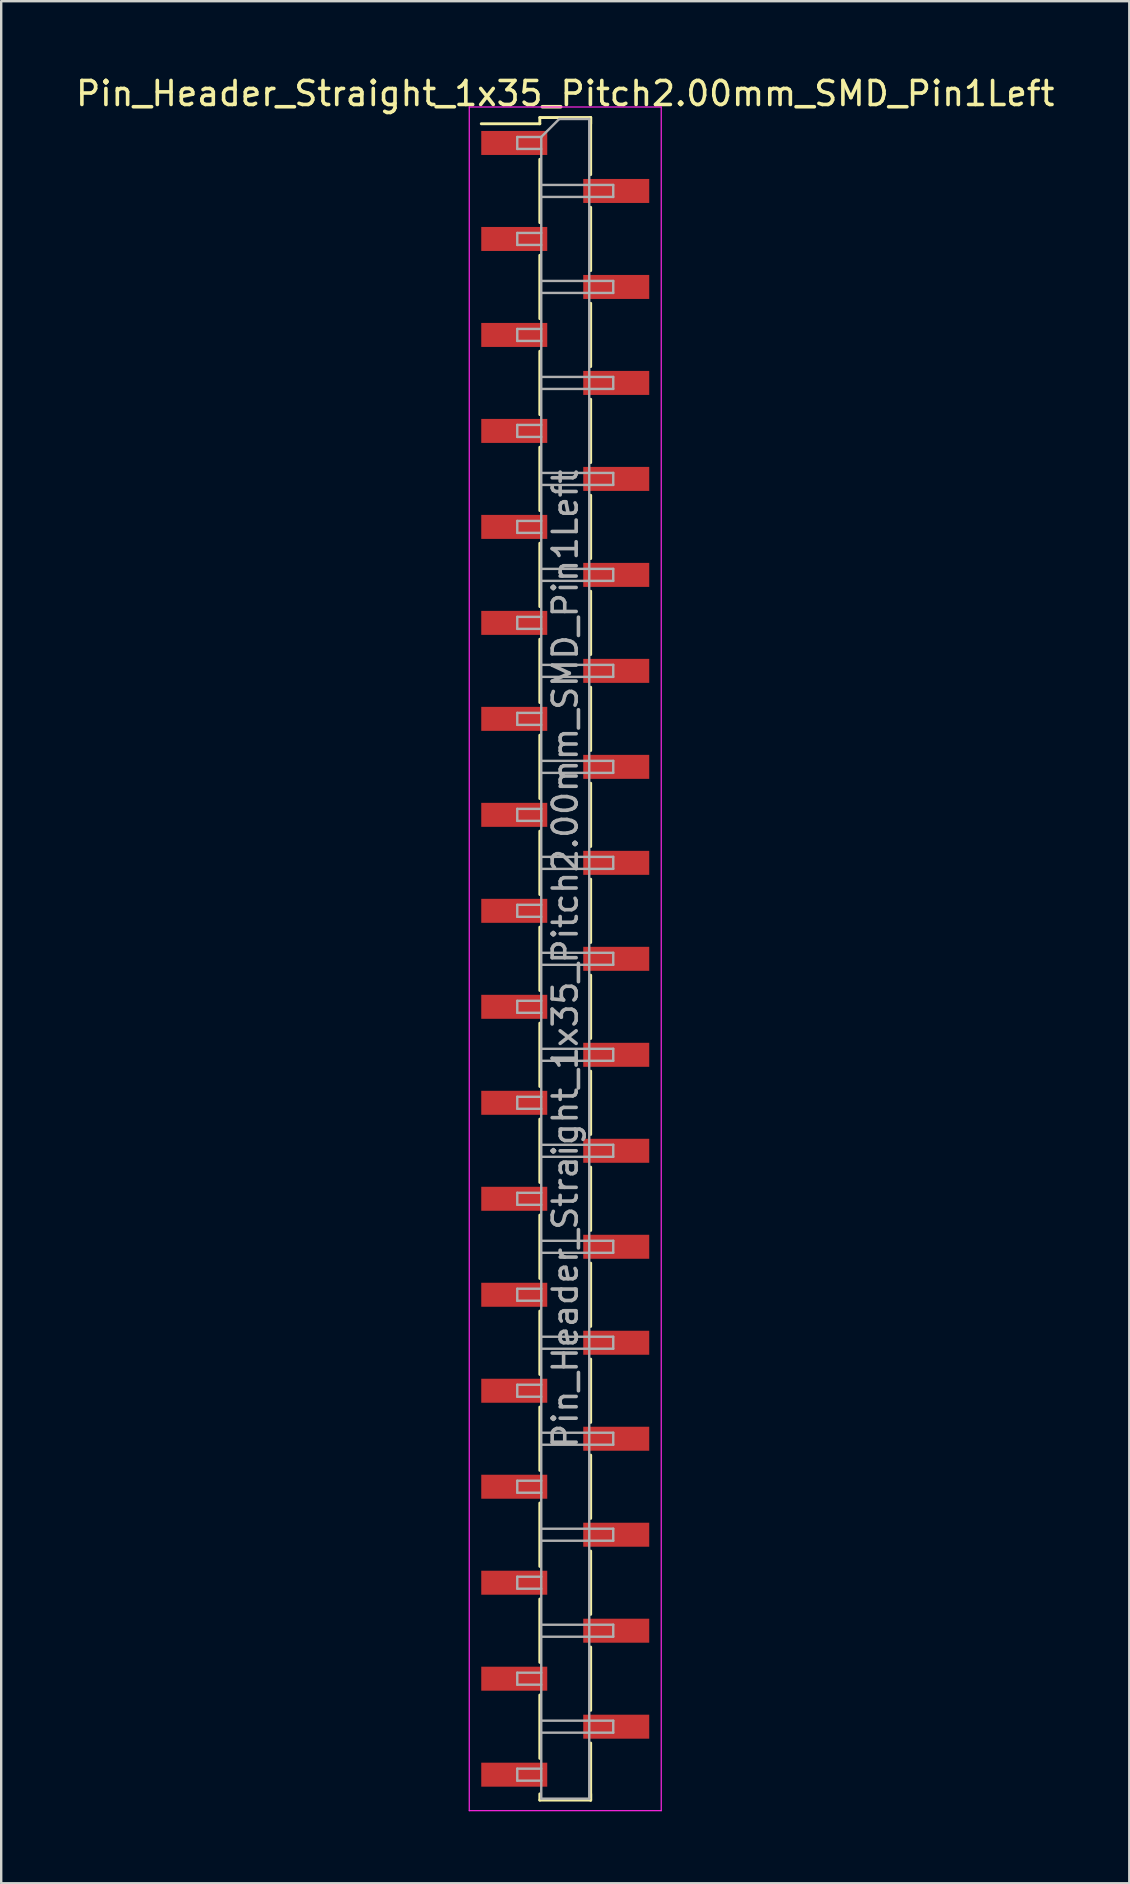
<source format=kicad_pcb>
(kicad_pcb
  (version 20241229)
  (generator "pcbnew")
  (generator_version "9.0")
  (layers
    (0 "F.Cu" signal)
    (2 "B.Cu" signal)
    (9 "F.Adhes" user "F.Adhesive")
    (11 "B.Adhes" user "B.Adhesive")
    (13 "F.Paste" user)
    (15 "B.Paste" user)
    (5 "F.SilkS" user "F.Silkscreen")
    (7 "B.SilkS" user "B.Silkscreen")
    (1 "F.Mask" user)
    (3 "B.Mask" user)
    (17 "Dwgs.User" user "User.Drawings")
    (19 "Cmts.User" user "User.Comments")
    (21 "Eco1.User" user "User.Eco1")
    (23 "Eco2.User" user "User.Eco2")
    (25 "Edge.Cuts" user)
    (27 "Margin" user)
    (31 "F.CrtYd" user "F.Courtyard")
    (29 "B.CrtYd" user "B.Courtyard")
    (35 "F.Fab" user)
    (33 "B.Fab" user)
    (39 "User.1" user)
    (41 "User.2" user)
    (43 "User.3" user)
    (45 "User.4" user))
  (footprint "Pin_Header_Straight_1x35_Pitch2.00mm_SMD_Pin1Left"
    (layer "F.Cu")
    (at 20.506 36.908)
    (property "Reference" "Pin_Header_Straight_1x35_Pitch2.00mm_SMD_Pin1Left" (at 0 -36.06 0) (layer "F.SilkS") (effects (font (size 1 1) (thickness 0.15))))
    (attr smd)
    (fp_line (start -1.06 -35.06) (end 1.06 -35.06) (stroke (width 0.12) (type solid)) (layer "F.SilkS"))
    (fp_line (start -1.06 -34.8) (end -3.5 -34.8) (stroke (width 0.12) (type solid)) (layer "F.SilkS"))
    (fp_line (start -1.06 -34.8) (end -1.06 -35.06) (stroke (width 0.12) (type solid)) (layer "F.SilkS"))
    (fp_line (start -1.06 -33.32) (end -1.06 -30.68) (stroke (width 0.12) (type solid)) (layer "F.SilkS"))
    (fp_line (start -1.06 -29.32) (end -1.06 -26.68) (stroke (width 0.12) (type solid)) (layer "F.SilkS"))
    (fp_line (start -1.06 -25.32) (end -1.06 -22.68) (stroke (width 0.12) (type solid)) (layer "F.SilkS"))
    (fp_line (start -1.06 -21.32) (end -1.06 -18.68) (stroke (width 0.12) (type solid)) (layer "F.SilkS"))
    (fp_line (start -1.06 -17.32) (end -1.06 -14.68) (stroke (width 0.12) (type solid)) (layer "F.SilkS"))
    (fp_line (start -1.06 -13.32) (end -1.06 -10.68) (stroke (width 0.12) (type solid)) (layer "F.SilkS"))
    (fp_line (start -1.06 -9.32) (end -1.06 -6.68) (stroke (width 0.12) (type solid)) (layer "F.SilkS"))
    (fp_line (start -1.06 -5.32) (end -1.06 -2.68) (stroke (width 0.12) (type solid)) (layer "F.SilkS"))
    (fp_line (start -1.06 -1.32) (end -1.06 1.32) (stroke (width 0.12) (type solid)) (layer "F.SilkS"))
    (fp_line (start -1.06 2.68) (end -1.06 5.32) (stroke (width 0.12) (type solid)) (layer "F.SilkS"))
    (fp_line (start -1.06 6.68) (end -1.06 9.32) (stroke (width 0.12) (type solid)) (layer "F.SilkS"))
    (fp_line (start -1.06 10.68) (end -1.06 13.32) (stroke (width 0.12) (type solid)) (layer "F.SilkS"))
    (fp_line (start -1.06 14.68) (end -1.06 17.32) (stroke (width 0.12) (type solid)) (layer "F.SilkS"))
    (fp_line (start -1.06 18.68) (end -1.06 21.32) (stroke (width 0.12) (type solid)) (layer "F.SilkS"))
    (fp_line (start -1.06 22.68) (end -1.06 25.32) (stroke (width 0.12) (type solid)) (layer "F.SilkS"))
    (fp_line (start -1.06 26.68) (end -1.06 29.32) (stroke (width 0.12) (type solid)) (layer "F.SilkS"))
    (fp_line (start -1.06 30.68) (end -1.06 33.32) (stroke (width 0.12) (type solid)) (layer "F.SilkS"))
    (fp_line (start -1.06 34.8) (end -1.06 35.06) (stroke (width 0.12) (type solid)) (layer "F.SilkS"))
    (fp_line (start -1.06 35.06) (end 1.06 35.06) (stroke (width 0.12) (type solid)) (layer "F.SilkS"))
    (fp_line (start 1.06 -35.06) (end 1.06 -34.8) (stroke (width 0.12) (type solid)) (layer "F.SilkS"))
    (fp_line (start 1.06 -35.06) (end 1.06 -32.68) (stroke (width 0.12) (type solid)) (layer "F.SilkS"))
    (fp_line (start 1.06 -31.32) (end 1.06 -28.68) (stroke (width 0.12) (type solid)) (layer "F.SilkS"))
    (fp_line (start 1.06 -27.32) (end 1.06 -24.68) (stroke (width 0.12) (type solid)) (layer "F.SilkS"))
    (fp_line (start 1.06 -23.32) (end 1.06 -20.68) (stroke (width 0.12) (type solid)) (layer "F.SilkS"))
    (fp_line (start 1.06 -19.32) (end 1.06 -16.68) (stroke (width 0.12) (type solid)) (layer "F.SilkS"))
    (fp_line (start 1.06 -15.32) (end 1.06 -12.68) (stroke (width 0.12) (type solid)) (layer "F.SilkS"))
    (fp_line (start 1.06 -11.32) (end 1.06 -8.68) (stroke (width 0.12) (type solid)) (layer "F.SilkS"))
    (fp_line (start 1.06 -7.32) (end 1.06 -4.68) (stroke (width 0.12) (type solid)) (layer "F.SilkS"))
    (fp_line (start 1.06 -3.32) (end 1.06 -0.68) (stroke (width 0.12) (type solid)) (layer "F.SilkS"))
    (fp_line (start 1.06 0.68) (end 1.06 3.32) (stroke (width 0.12) (type solid)) (layer "F.SilkS"))
    (fp_line (start 1.06 4.68) (end 1.06 7.32) (stroke (width 0.12) (type solid)) (layer "F.SilkS"))
    (fp_line (start 1.06 8.68) (end 1.06 11.32) (stroke (width 0.12) (type solid)) (layer "F.SilkS"))
    (fp_line (start 1.06 12.68) (end 1.06 15.32) (stroke (width 0.12) (type solid)) (layer "F.SilkS"))
    (fp_line (start 1.06 16.68) (end 1.06 19.32) (stroke (width 0.12) (type solid)) (layer "F.SilkS"))
    (fp_line (start 1.06 20.68) (end 1.06 23.32) (stroke (width 0.12) (type solid)) (layer "F.SilkS"))
    (fp_line (start 1.06 24.68) (end 1.06 27.32) (stroke (width 0.12) (type solid)) (layer "F.SilkS"))
    (fp_line (start 1.06 28.68) (end 1.06 31.32) (stroke (width 0.12) (type solid)) (layer "F.SilkS"))
    (fp_line (start 1.06 32.68) (end 1.06 35.06) (stroke (width 0.12) (type solid)) (layer "F.SilkS"))
    (fp_line (start 1.06 35.06) (end 1.06 34.8) (stroke (width 0.12) (type solid)) (layer "F.SilkS"))
    (fp_line (start -4 -35.5) (end -4 35.5) (stroke (width 0.05) (type solid)) (layer "F.CrtYd"))
    (fp_line (start -4 35.5) (end 4 35.5) (stroke (width 0.05) (type solid)) (layer "F.CrtYd"))
    (fp_line (start 4 -35.5) (end -4 -35.5) (stroke (width 0.05) (type solid)) (layer "F.CrtYd"))
    (fp_line (start 4 35.5) (end 4 -35.5) (stroke (width 0.05) (type solid)) (layer "F.CrtYd"))
    (fp_line (start -2 -34.25) (end -2 -33.75) (stroke (width 0.1) (type solid)) (layer "F.Fab"))
    (fp_line (start -2 -33.75) (end -1 -33.75) (stroke (width 0.1) (type solid)) (layer "F.Fab"))
    (fp_line (start -2 -30.25) (end -2 -29.75) (stroke (width 0.1) (type solid)) (layer "F.Fab"))
    (fp_line (start -2 -29.75) (end -1 -29.75) (stroke (width 0.1) (type solid)) (layer "F.Fab"))
    (fp_line (start -2 -26.25) (end -2 -25.75) (stroke (width 0.1) (type solid)) (layer "F.Fab"))
    (fp_line (start -2 -25.75) (end -1 -25.75) (stroke (width 0.1) (type solid)) (layer "F.Fab"))
    (fp_line (start -2 -22.25) (end -2 -21.75) (stroke (width 0.1) (type solid)) (layer "F.Fab"))
    (fp_line (start -2 -21.75) (end -1 -21.75) (stroke (width 0.1) (type solid)) (layer "F.Fab"))
    (fp_line (start -2 -18.25) (end -2 -17.75) (stroke (width 0.1) (type solid)) (layer "F.Fab"))
    (fp_line (start -2 -17.75) (end -1 -17.75) (stroke (width 0.1) (type solid)) (layer "F.Fab"))
    (fp_line (start -2 -14.25) (end -2 -13.75) (stroke (width 0.1) (type solid)) (layer "F.Fab"))
    (fp_line (start -2 -13.75) (end -1 -13.75) (stroke (width 0.1) (type solid)) (layer "F.Fab"))
    (fp_line (start -2 -10.25) (end -2 -9.75) (stroke (width 0.1) (type solid)) (layer "F.Fab"))
    (fp_line (start -2 -9.75) (end -1 -9.75) (stroke (width 0.1) (type solid)) (layer "F.Fab"))
    (fp_line (start -2 -6.25) (end -2 -5.75) (stroke (width 0.1) (type solid)) (layer "F.Fab"))
    (fp_line (start -2 -5.75) (end -1 -5.75) (stroke (width 0.1) (type solid)) (layer "F.Fab"))
    (fp_line (start -2 -2.25) (end -2 -1.75) (stroke (width 0.1) (type solid)) (layer "F.Fab"))
    (fp_line (start -2 -1.75) (end -1 -1.75) (stroke (width 0.1) (type solid)) (layer "F.Fab"))
    (fp_line (start -2 1.75) (end -2 2.25) (stroke (width 0.1) (type solid)) (layer "F.Fab"))
    (fp_line (start -2 2.25) (end -1 2.25) (stroke (width 0.1) (type solid)) (layer "F.Fab"))
    (fp_line (start -2 5.75) (end -2 6.25) (stroke (width 0.1) (type solid)) (layer "F.Fab"))
    (fp_line (start -2 6.25) (end -1 6.25) (stroke (width 0.1) (type solid)) (layer "F.Fab"))
    (fp_line (start -2 9.75) (end -2 10.25) (stroke (width 0.1) (type solid)) (layer "F.Fab"))
    (fp_line (start -2 10.25) (end -1 10.25) (stroke (width 0.1) (type solid)) (layer "F.Fab"))
    (fp_line (start -2 13.75) (end -2 14.25) (stroke (width 0.1) (type solid)) (layer "F.Fab"))
    (fp_line (start -2 14.25) (end -1 14.25) (stroke (width 0.1) (type solid)) (layer "F.Fab"))
    (fp_line (start -2 17.75) (end -2 18.25) (stroke (width 0.1) (type solid)) (layer "F.Fab"))
    (fp_line (start -2 18.25) (end -1 18.25) (stroke (width 0.1) (type solid)) (layer "F.Fab"))
    (fp_line (start -2 21.75) (end -2 22.25) (stroke (width 0.1) (type solid)) (layer "F.Fab"))
    (fp_line (start -2 22.25) (end -1 22.25) (stroke (width 0.1) (type solid)) (layer "F.Fab"))
    (fp_line (start -2 25.75) (end -2 26.25) (stroke (width 0.1) (type solid)) (layer "F.Fab"))
    (fp_line (start -2 26.25) (end -1 26.25) (stroke (width 0.1) (type solid)) (layer "F.Fab"))
    (fp_line (start -2 29.75) (end -2 30.25) (stroke (width 0.1) (type solid)) (layer "F.Fab"))
    (fp_line (start -2 30.25) (end -1 30.25) (stroke (width 0.1) (type solid)) (layer "F.Fab"))
    (fp_line (start -2 33.75) (end -2 34.25) (stroke (width 0.1) (type solid)) (layer "F.Fab"))
    (fp_line (start -2 34.25) (end -1 34.25) (stroke (width 0.1) (type solid)) (layer "F.Fab"))
    (fp_line (start -1 -34.25) (end -2 -34.25) (stroke (width 0.1) (type solid)) (layer "F.Fab"))
    (fp_line (start -1 -34.25) (end -0.25 -35) (stroke (width 0.1) (type solid)) (layer "F.Fab"))
    (fp_line (start -1 -32.25) (end 2 -32.25) (stroke (width 0.1) (type solid)) (layer "F.Fab"))
    (fp_line (start -1 -30.25) (end -2 -30.25) (stroke (width 0.1) (type solid)) (layer "F.Fab"))
    (fp_line (start -1 -28.25) (end 2 -28.25) (stroke (width 0.1) (type solid)) (layer "F.Fab"))
    (fp_line (start -1 -26.25) (end -2 -26.25) (stroke (width 0.1) (type solid)) (layer "F.Fab"))
    (fp_line (start -1 -24.25) (end 2 -24.25) (stroke (width 0.1) (type solid)) (layer "F.Fab"))
    (fp_line (start -1 -22.25) (end -2 -22.25) (stroke (width 0.1) (type solid)) (layer "F.Fab"))
    (fp_line (start -1 -20.25) (end 2 -20.25) (stroke (width 0.1) (type solid)) (layer "F.Fab"))
    (fp_line (start -1 -18.25) (end -2 -18.25) (stroke (width 0.1) (type solid)) (layer "F.Fab"))
    (fp_line (start -1 -16.25) (end 2 -16.25) (stroke (width 0.1) (type solid)) (layer "F.Fab"))
    (fp_line (start -1 -14.25) (end -2 -14.25) (stroke (width 0.1) (type solid)) (layer "F.Fab"))
    (fp_line (start -1 -12.25) (end 2 -12.25) (stroke (width 0.1) (type solid)) (layer "F.Fab"))
    (fp_line (start -1 -10.25) (end -2 -10.25) (stroke (width 0.1) (type solid)) (layer "F.Fab"))
    (fp_line (start -1 -8.25) (end 2 -8.25) (stroke (width 0.1) (type solid)) (layer "F.Fab"))
    (fp_line (start -1 -6.25) (end -2 -6.25) (stroke (width 0.1) (type solid)) (layer "F.Fab"))
    (fp_line (start -1 -4.25) (end 2 -4.25) (stroke (width 0.1) (type solid)) (layer "F.Fab"))
    (fp_line (start -1 -2.25) (end -2 -2.25) (stroke (width 0.1) (type solid)) (layer "F.Fab"))
    (fp_line (start -1 -0.25) (end 2 -0.25) (stroke (width 0.1) (type solid)) (layer "F.Fab"))
    (fp_line (start -1 1.75) (end -2 1.75) (stroke (width 0.1) (type solid)) (layer "F.Fab"))
    (fp_line (start -1 3.75) (end 2 3.75) (stroke (width 0.1) (type solid)) (layer "F.Fab"))
    (fp_line (start -1 5.75) (end -2 5.75) (stroke (width 0.1) (type solid)) (layer "F.Fab"))
    (fp_line (start -1 7.75) (end 2 7.75) (stroke (width 0.1) (type solid)) (layer "F.Fab"))
    (fp_line (start -1 9.75) (end -2 9.75) (stroke (width 0.1) (type solid)) (layer "F.Fab"))
    (fp_line (start -1 11.75) (end 2 11.75) (stroke (width 0.1) (type solid)) (layer "F.Fab"))
    (fp_line (start -1 13.75) (end -2 13.75) (stroke (width 0.1) (type solid)) (layer "F.Fab"))
    (fp_line (start -1 15.75) (end 2 15.75) (stroke (width 0.1) (type solid)) (layer "F.Fab"))
    (fp_line (start -1 17.75) (end -2 17.75) (stroke (width 0.1) (type solid)) (layer "F.Fab"))
    (fp_line (start -1 19.75) (end 2 19.75) (stroke (width 0.1) (type solid)) (layer "F.Fab"))
    (fp_line (start -1 21.75) (end -2 21.75) (stroke (width 0.1) (type solid)) (layer "F.Fab"))
    (fp_line (start -1 23.75) (end 2 23.75) (stroke (width 0.1) (type solid)) (layer "F.Fab"))
    (fp_line (start -1 25.75) (end -2 25.75) (stroke (width 0.1) (type solid)) (layer "F.Fab"))
    (fp_line (start -1 27.75) (end 2 27.75) (stroke (width 0.1) (type solid)) (layer "F.Fab"))
    (fp_line (start -1 29.75) (end -2 29.75) (stroke (width 0.1) (type solid)) (layer "F.Fab"))
    (fp_line (start -1 31.75) (end 2 31.75) (stroke (width 0.1) (type solid)) (layer "F.Fab"))
    (fp_line (start -1 33.75) (end -2 33.75) (stroke (width 0.1) (type solid)) (layer "F.Fab"))
    (fp_line (start -1 35) (end -1 -34.25) (stroke (width 0.1) (type solid)) (layer "F.Fab"))
    (fp_line (start -0.25 -35) (end 1 -35) (stroke (width 0.1) (type solid)) (layer "F.Fab"))
    (fp_line (start 1 -35) (end 1 35) (stroke (width 0.1) (type solid)) (layer "F.Fab"))
    (fp_line (start 1 35) (end -1 35) (stroke (width 0.1) (type solid)) (layer "F.Fab"))
    (fp_line (start 2 -32.25) (end 2 -31.75) (stroke (width 0.1) (type solid)) (layer "F.Fab"))
    (fp_line (start 2 -31.75) (end -1 -31.75) (stroke (width 0.1) (type solid)) (layer "F.Fab"))
    (fp_line (start 2 -28.25) (end 2 -27.75) (stroke (width 0.1) (type solid)) (layer "F.Fab"))
    (fp_line (start 2 -27.75) (end -1 -27.75) (stroke (width 0.1) (type solid)) (layer "F.Fab"))
    (fp_line (start 2 -24.25) (end 2 -23.75) (stroke (width 0.1) (type solid)) (layer "F.Fab"))
    (fp_line (start 2 -23.75) (end -1 -23.75) (stroke (width 0.1) (type solid)) (layer "F.Fab"))
    (fp_line (start 2 -20.25) (end 2 -19.75) (stroke (width 0.1) (type solid)) (layer "F.Fab"))
    (fp_line (start 2 -19.75) (end -1 -19.75) (stroke (width 0.1) (type solid)) (layer "F.Fab"))
    (fp_line (start 2 -16.25) (end 2 -15.75) (stroke (width 0.1) (type solid)) (layer "F.Fab"))
    (fp_line (start 2 -15.75) (end -1 -15.75) (stroke (width 0.1) (type solid)) (layer "F.Fab"))
    (fp_line (start 2 -12.25) (end 2 -11.75) (stroke (width 0.1) (type solid)) (layer "F.Fab"))
    (fp_line (start 2 -11.75) (end -1 -11.75) (stroke (width 0.1) (type solid)) (layer "F.Fab"))
    (fp_line (start 2 -8.25) (end 2 -7.75) (stroke (width 0.1) (type solid)) (layer "F.Fab"))
    (fp_line (start 2 -7.75) (end -1 -7.75) (stroke (width 0.1) (type solid)) (layer "F.Fab"))
    (fp_line (start 2 -4.25) (end 2 -3.75) (stroke (width 0.1) (type solid)) (layer "F.Fab"))
    (fp_line (start 2 -3.75) (end -1 -3.75) (stroke (width 0.1) (type solid)) (layer "F.Fab"))
    (fp_line (start 2 -0.25) (end 2 0.25) (stroke (width 0.1) (type solid)) (layer "F.Fab"))
    (fp_line (start 2 0.25) (end -1 0.25) (stroke (width 0.1) (type solid)) (layer "F.Fab"))
    (fp_line (start 2 3.75) (end 2 4.25) (stroke (width 0.1) (type solid)) (layer "F.Fab"))
    (fp_line (start 2 4.25) (end -1 4.25) (stroke (width 0.1) (type solid)) (layer "F.Fab"))
    (fp_line (start 2 7.75) (end 2 8.25) (stroke (width 0.1) (type solid)) (layer "F.Fab"))
    (fp_line (start 2 8.25) (end -1 8.25) (stroke (width 0.1) (type solid)) (layer "F.Fab"))
    (fp_line (start 2 11.75) (end 2 12.25) (stroke (width 0.1) (type solid)) (layer "F.Fab"))
    (fp_line (start 2 12.25) (end -1 12.25) (stroke (width 0.1) (type solid)) (layer "F.Fab"))
    (fp_line (start 2 15.75) (end 2 16.25) (stroke (width 0.1) (type solid)) (layer "F.Fab"))
    (fp_line (start 2 16.25) (end -1 16.25) (stroke (width 0.1) (type solid)) (layer "F.Fab"))
    (fp_line (start 2 19.75) (end 2 20.25) (stroke (width 0.1) (type solid)) (layer "F.Fab"))
    (fp_line (start 2 20.25) (end -1 20.25) (stroke (width 0.1) (type solid)) (layer "F.Fab"))
    (fp_line (start 2 23.75) (end 2 24.25) (stroke (width 0.1) (type solid)) (layer "F.Fab"))
    (fp_line (start 2 24.25) (end -1 24.25) (stroke (width 0.1) (type solid)) (layer "F.Fab"))
    (fp_line (start 2 27.75) (end 2 28.25) (stroke (width 0.1) (type solid)) (layer "F.Fab"))
    (fp_line (start 2 28.25) (end -1 28.25) (stroke (width 0.1) (type solid)) (layer "F.Fab"))
    (fp_line (start 2 31.75) (end 2 32.25) (stroke (width 0.1) (type solid)) (layer "F.Fab"))
    (fp_line (start 2 32.25) (end -1 32.25) (stroke (width 0.1) (type solid)) (layer "F.Fab"))
    (fp_text user "${REFERENCE}" (at 0 0 90) (layer "F.Fab") (effects (font (size 1 1) (thickness 0.15))))
    (pad "1" smd rect (at -2.125 -34) (size 2.75 1) (layers "F.Cu" "F.Mask" "F.Paste"))
    (pad "2" smd rect (at 2.125 -32) (size 2.75 1) (layers "F.Cu" "F.Mask" "F.Paste"))
    (pad "3" smd rect (at -2.125 -30) (size 2.75 1) (layers "F.Cu" "F.Mask" "F.Paste"))
    (pad "4" smd rect (at 2.125 -28) (size 2.75 1) (layers "F.Cu" "F.Mask" "F.Paste"))
    (pad "5" smd rect (at -2.125 -26) (size 2.75 1) (layers "F.Cu" "F.Mask" "F.Paste"))
    (pad "6" smd rect (at 2.125 -24) (size 2.75 1) (layers "F.Cu" "F.Mask" "F.Paste"))
    (pad "7" smd rect (at -2.125 -22) (size 2.75 1) (layers "F.Cu" "F.Mask" "F.Paste"))
    (pad "8" smd rect (at 2.125 -20) (size 2.75 1) (layers "F.Cu" "F.Mask" "F.Paste"))
    (pad "9" smd rect (at -2.125 -18) (size 2.75 1) (layers "F.Cu" "F.Mask" "F.Paste"))
    (pad "10" smd rect (at 2.125 -16) (size 2.75 1) (layers "F.Cu" "F.Mask" "F.Paste"))
    (pad "11" smd rect (at -2.125 -14) (size 2.75 1) (layers "F.Cu" "F.Mask" "F.Paste"))
    (pad "12" smd rect (at 2.125 -12) (size 2.75 1) (layers "F.Cu" "F.Mask" "F.Paste"))
    (pad "13" smd rect (at -2.125 -10) (size 2.75 1) (layers "F.Cu" "F.Mask" "F.Paste"))
    (pad "14" smd rect (at 2.125 -8) (size 2.75 1) (layers "F.Cu" "F.Mask" "F.Paste"))
    (pad "15" smd rect (at -2.125 -6) (size 2.75 1) (layers "F.Cu" "F.Mask" "F.Paste"))
    (pad "16" smd rect (at 2.125 -4) (size 2.75 1) (layers "F.Cu" "F.Mask" "F.Paste"))
    (pad "17" smd rect (at -2.125 -2) (size 2.75 1) (layers "F.Cu" "F.Mask" "F.Paste"))
    (pad "18" smd rect (at 2.125 0) (size 2.75 1) (layers "F.Cu" "F.Mask" "F.Paste"))
    (pad "19" smd rect (at -2.125 2) (size 2.75 1) (layers "F.Cu" "F.Mask" "F.Paste"))
    (pad "20" smd rect (at 2.125 4) (size 2.75 1) (layers "F.Cu" "F.Mask" "F.Paste"))
    (pad "21" smd rect (at -2.125 6) (size 2.75 1) (layers "F.Cu" "F.Mask" "F.Paste"))
    (pad "22" smd rect (at 2.125 8) (size 2.75 1) (layers "F.Cu" "F.Mask" "F.Paste"))
    (pad "23" smd rect (at -2.125 10) (size 2.75 1) (layers "F.Cu" "F.Mask" "F.Paste"))
    (pad "24" smd rect (at 2.125 12) (size 2.75 1) (layers "F.Cu" "F.Mask" "F.Paste"))
    (pad "25" smd rect (at -2.125 14) (size 2.75 1) (layers "F.Cu" "F.Mask" "F.Paste"))
    (pad "26" smd rect (at 2.125 16) (size 2.75 1) (layers "F.Cu" "F.Mask" "F.Paste"))
    (pad "27" smd rect (at -2.125 18) (size 2.75 1) (layers "F.Cu" "F.Mask" "F.Paste"))
    (pad "28" smd rect (at 2.125 20) (size 2.75 1) (layers "F.Cu" "F.Mask" "F.Paste"))
    (pad "29" smd rect (at -2.125 22) (size 2.75 1) (layers "F.Cu" "F.Mask" "F.Paste"))
    (pad "30" smd rect (at 2.125 24) (size 2.75 1) (layers "F.Cu" "F.Mask" "F.Paste"))
    (pad "31" smd rect (at -2.125 26) (size 2.75 1) (layers "F.Cu" "F.Mask" "F.Paste"))
    (pad "32" smd rect (at 2.125 28) (size 2.75 1) (layers "F.Cu" "F.Mask" "F.Paste"))
    (pad "33" smd rect (at -2.125 30) (size 2.75 1) (layers "F.Cu" "F.Mask" "F.Paste"))
    (pad "34" smd rect (at 2.125 32) (size 2.75 1) (layers "F.Cu" "F.Mask" "F.Paste"))
    (pad "35" smd rect (at -2.125 34) (size 2.75 1) (layers "F.Cu" "F.Mask" "F.Paste")))
  (gr_rect
    (start -3 -3)
    (end 44.012 75.433)
    (stroke (width 0.1) (type default))
    (fill no)
    (layer "Edge.Cuts")))
</source>
